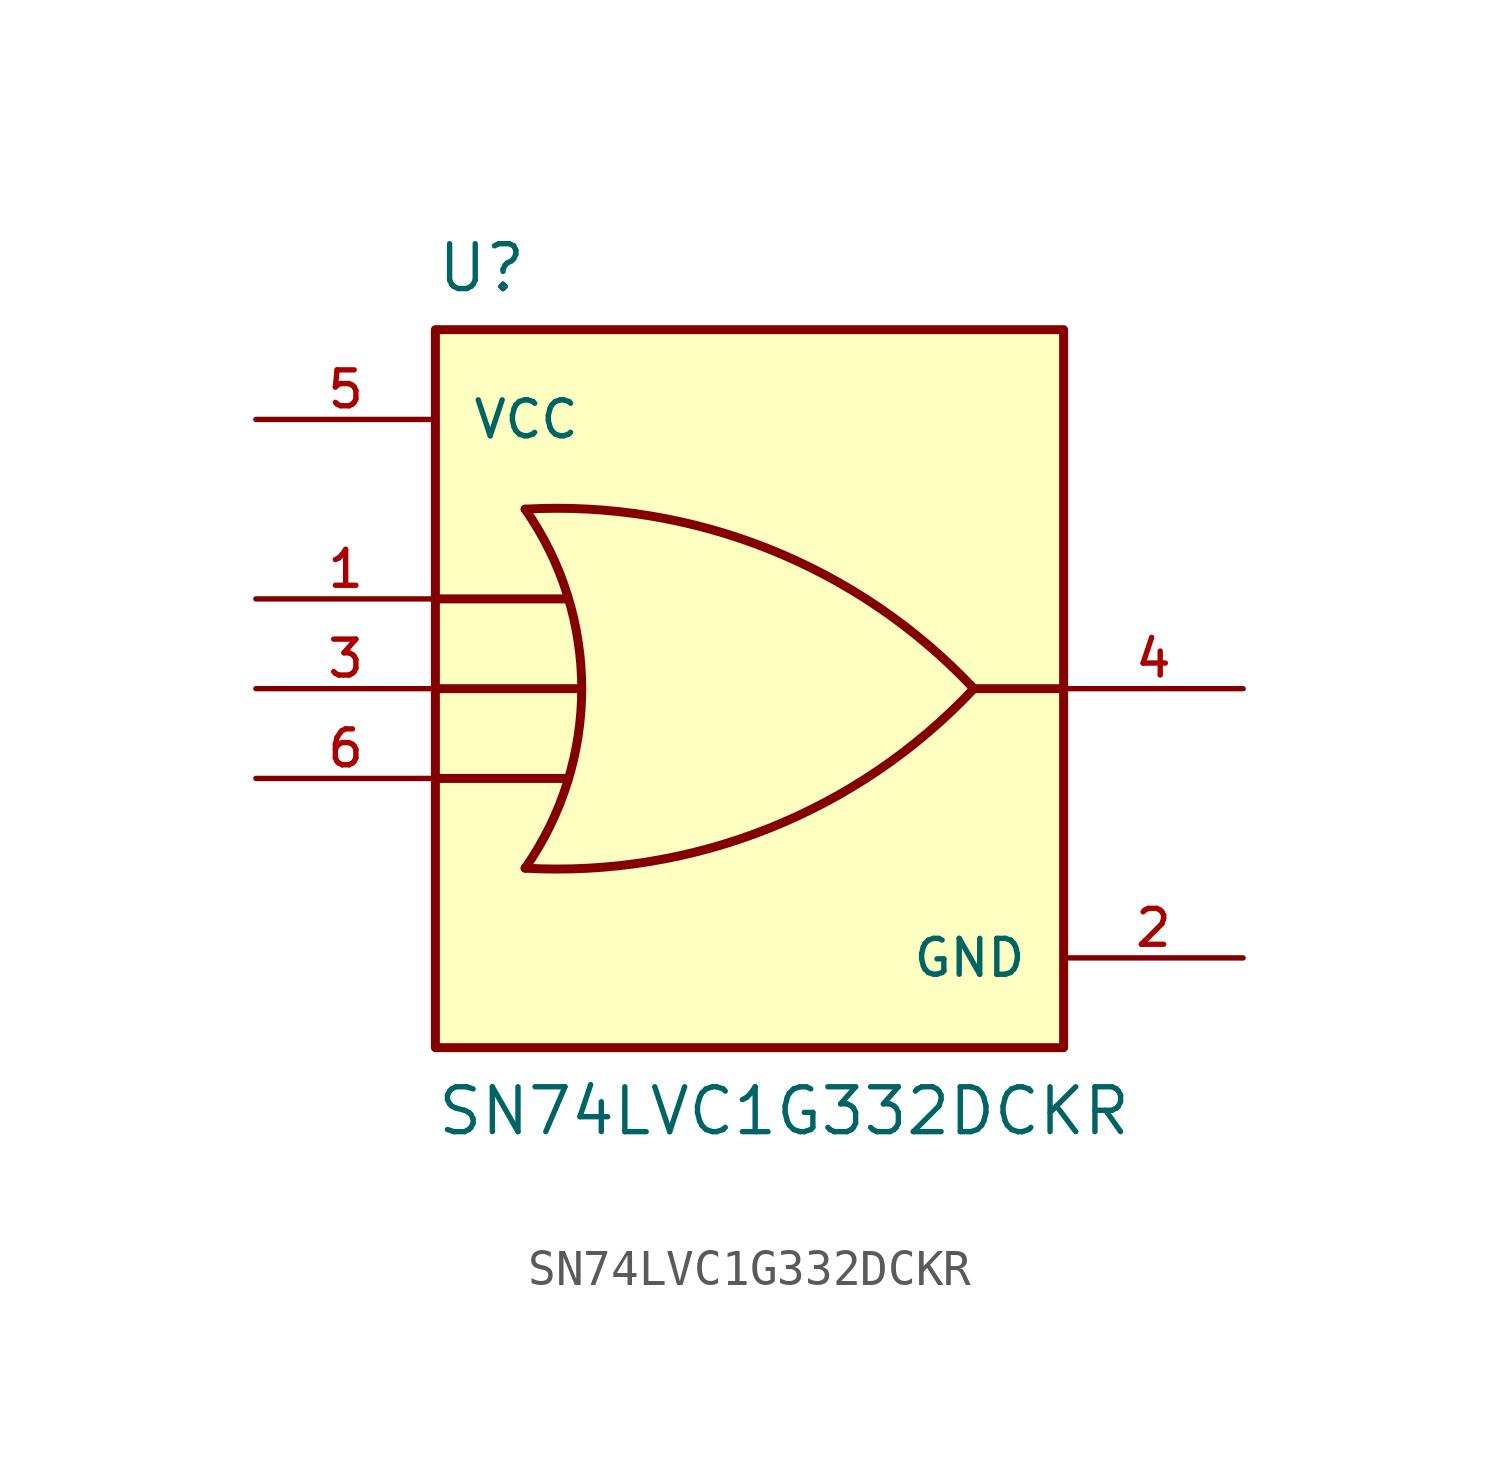
<source format=kicad_sym>
(kicad_symbol_lib
  (version 20211014)
  (generator kicad_symbol_editor)
  (symbol "SN74LVC1G332DCKR"
    (pin_names
      (offset 1.016))
    (property "Reference" "U"
      (at -7.62 11.16 0.0)
      (effects (font (size 1.27 1.27)) (justify bottom left)))
    (property "Value" "SN74LVC1G332DCKR"
      (at -7.62 -12.7 0.0)
      (effects (font (size 1.27 1.27)) (justify bottom left)))
    (symbol "SN74LVC1G332DCKR_0_0"
      (arc (start -5.08 -5.08) (mid -3.4783 -0.0) (end -5.08 5.08) (stroke (width 0.254) (type default) (color 0 0 0 0)) (fill (type none)))
      (arc (start 7.62 0.0) (mid 1.8331 3.9478) (end -5.08 5.08) (stroke (width 0.254) (type default) (color 0 0 0 0)) (fill (type none)))
      (arc (start 7.62 0.0) (mid 1.8331 -3.9478) (end -5.08 -5.08) (stroke (width 0.254) (type default) (color 0 0 0 0)) (fill (type none)))
      (polyline (pts (xy -7.62 2.54) (xy -3.937 2.54)) (stroke (width 0.254)))
      (polyline (pts (xy -7.62 -2.54) (xy -3.937 -2.54)) (stroke (width 0.254)))
      (polyline (pts (xy 7.62 0.0) (xy 10.16 0.0)) (stroke (width 0.254)))
      (polyline (pts (xy -7.62 0.0) (xy -3.556 0.0)) (stroke (width 0.254)))
      (rectangle (start -7.62 -10.16) (end 10.16 10.16) (stroke (width 0.254)) (fill (type background)))
      (pin input line (at -12.7 2.54 0) (length 5.08) (name "~" (effects (font (size 1.016 1.016)))) (number "1" (effects (font (size 1.016 1.016)))))
      (pin input line (at -12.7 0.0 0) (length 5.08) (name "~" (effects (font (size 1.016 1.016)))) (number "3" (effects (font (size 1.016 1.016)))))
      (pin power_in line (at -12.7 7.62 0) (length 5.08) (name "VCC" (effects (font (size 1.016 1.016)))) (number "5" (effects (font (size 1.016 1.016)))))
      (pin output line (at 15.24 0.0 180.0) (length 5.08) (name "~" (effects (font (size 1.016 1.016)))) (number "4" (effects (font (size 1.016 1.016)))))
      (pin power_in line (at 15.24 -7.62 180.0) (length 5.08) (name "GND" (effects (font (size 1.016 1.016)))) (number "2" (effects (font (size 1.016 1.016)))))
      (pin input line (at -12.7 -2.54 0) (length 5.08) (name "~" (effects (font (size 1.016 1.016)))) (number "6" (effects (font (size 1.016 1.016))))))))
</source>
